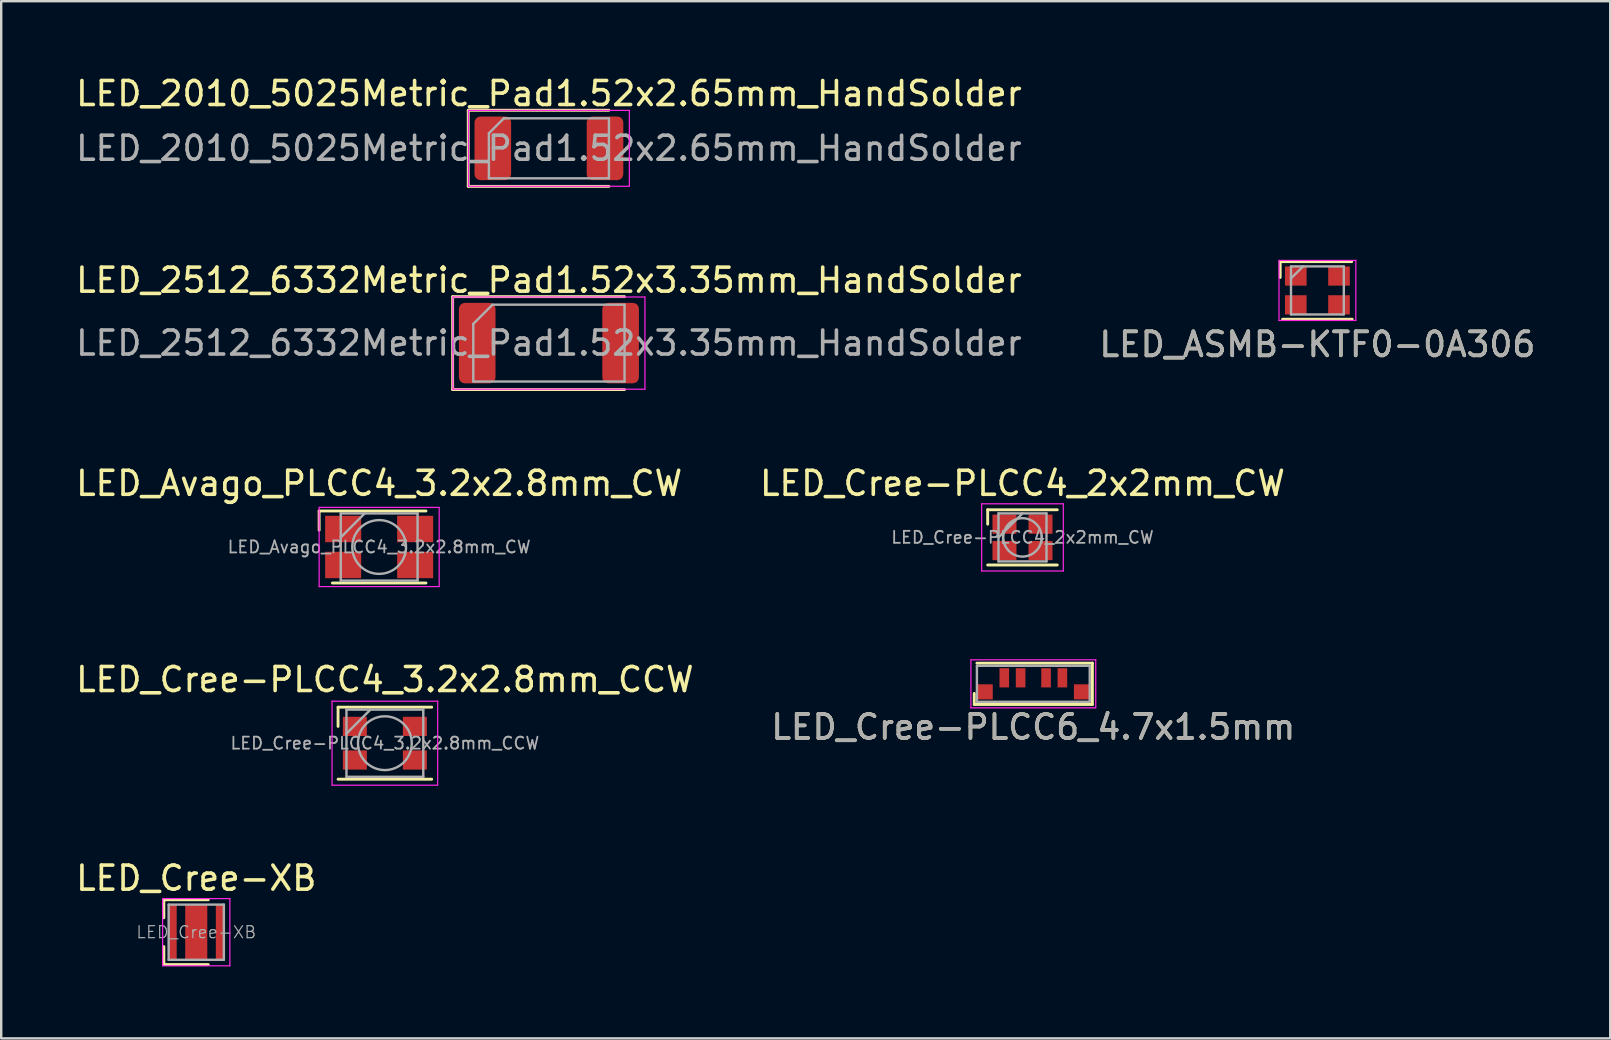
<source format=kicad_pcb>
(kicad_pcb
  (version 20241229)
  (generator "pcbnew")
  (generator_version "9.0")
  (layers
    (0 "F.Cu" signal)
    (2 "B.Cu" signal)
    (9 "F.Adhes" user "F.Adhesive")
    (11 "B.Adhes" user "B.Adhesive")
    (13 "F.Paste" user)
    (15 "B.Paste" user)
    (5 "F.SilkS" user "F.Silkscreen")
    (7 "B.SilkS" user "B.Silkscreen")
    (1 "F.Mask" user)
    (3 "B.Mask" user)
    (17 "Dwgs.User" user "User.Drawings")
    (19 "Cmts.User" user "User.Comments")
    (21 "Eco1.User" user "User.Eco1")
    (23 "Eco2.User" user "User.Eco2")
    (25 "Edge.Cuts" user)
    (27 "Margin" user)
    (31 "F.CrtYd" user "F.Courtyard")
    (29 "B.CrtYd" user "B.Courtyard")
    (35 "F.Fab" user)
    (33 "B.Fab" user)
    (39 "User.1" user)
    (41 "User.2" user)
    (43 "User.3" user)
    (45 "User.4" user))
  (footprint "LED_Avago_PLCC4_3.2x2.8mm_CW"
    (layer "F.Cu")
    (at 12.744 19.735)
    (property "Reference" "LED_Avago_PLCC4_3.2x2.8mm_CW" (at 0 -2.65 0) (layer "F.SilkS") (effects (font (size 1 1) (thickness 0.15))))
    (attr smd)
    (fp_line (start -2.5 -1.5) (end 1.95 -1.5) (stroke (width 0.12) (type solid)) (layer "F.SilkS"))
    (fp_line (start -2.5 -0.7) (end -2.5 -1.5) (stroke (width 0.12) (type solid)) (layer "F.SilkS"))
    (fp_line (start -1.95 1.5) (end 1.95 1.5) (stroke (width 0.12) (type solid)) (layer "F.SilkS"))
    (fp_line (start -2.5 -1.65) (end -2.5 1.65) (stroke (width 0.05) (type solid)) (layer "F.CrtYd"))
    (fp_line (start -2.5 -1.65) (end 2.5 -1.65) (stroke (width 0.05) (type solid)) (layer "F.CrtYd"))
    (fp_line (start 2.5 1.65) (end -2.5 1.65) (stroke (width 0.05) (type solid)) (layer "F.CrtYd"))
    (fp_line (start 2.5 1.65) (end 2.5 -1.65) (stroke (width 0.05) (type solid)) (layer "F.CrtYd"))
    (fp_line (start -1.6 -1.4) (end -1.6 1.4) (stroke (width 0.1) (type solid)) (layer "F.Fab"))
    (fp_line (start -1.6 1.4) (end 1.6 1.4) (stroke (width 0.1) (type solid)) (layer "F.Fab"))
    (fp_line (start -0.6 -1.4) (end -1.6 -0.4) (stroke (width 0.1) (type solid)) (layer "F.Fab"))
    (fp_line (start 1.6 -1.4) (end -1.6 -1.4) (stroke (width 0.1) (type solid)) (layer "F.Fab"))
    (fp_line (start 1.6 1.4) (end 1.6 -1.4) (stroke (width 0.1) (type solid)) (layer "F.Fab"))
    (fp_circle (center 0 0) (end 1.12 0) (stroke (width 0.1) (type solid)) (fill no) (layer "F.Fab"))
    (fp_text user "${REFERENCE}" (at 0 0 0) (layer "F.Fab") (effects (font (size 0.5 0.5) (thickness 0.075))))
    (pad "1" smd rect (at -1.5 -0.75) (size 1.5 1.1) (layers "F.Cu" "F.Mask" "F.Paste"))
    (pad "2" smd rect (at 1.5 -0.75) (size 1.5 1.1) (layers "F.Cu" "F.Mask" "F.Paste"))
    (pad "3" smd rect (at 1.5 0.75) (size 1.5 1.1) (layers "F.Cu" "F.Mask" "F.Paste"))
    (pad "4" smd rect (at -1.5 0.75) (size 1.5 1.1) (layers "F.Cu" "F.Mask" "F.Paste")))
  (footprint "LED_Cree-PLCC6_4.7x1.5mm"
    (layer "F.Cu")
    (at 39.994 25.435)
    (property "Reference" "LED_Cree-PLCC6_4.7x1.5mm" (at 0 1.8 0) (layer "F.SilkS") (effects (font (size 1 1) (thickness 0.15))))
    (attr smd)
    (fp_line (start -2.46 0.4) (end -2.46 0.86) (stroke (width 0.12) (type solid)) (layer "F.SilkS"))
    (fp_line (start -2.46 0.86) (end 2.46 0.86) (stroke (width 0.12) (type solid)) (layer "F.SilkS"))
    (fp_line (start -2.35 -0.86) (end 2.46 -0.86) (stroke (width 0.12) (type solid)) (layer "F.SilkS"))
    (fp_line (start 2.46 -0.86) (end 2.46 0.86) (stroke (width 0.12) (type solid)) (layer "F.SilkS"))
    (fp_line (start -2.6 -1) (end -2.6 1) (stroke (width 0.05) (type solid)) (layer "F.CrtYd"))
    (fp_line (start -2.6 -1) (end 2.6 -1) (stroke (width 0.05) (type solid)) (layer "F.CrtYd"))
    (fp_line (start 2.6 -1) (end 2.6 1) (stroke (width 0.05) (type solid)) (layer "F.CrtYd"))
    (fp_line (start 2.6 1) (end -2.6 1) (stroke (width 0.05) (type solid)) (layer "F.CrtYd"))
    (fp_line (start -2.35 -0.75) (end -2.35 0.75) (stroke (width 0.1) (type solid)) (layer "F.Fab"))
    (fp_line (start -2.35 -0.75) (end 2.35 -0.75) (stroke (width 0.1) (type solid)) (layer "F.Fab"))
    (fp_line (start -2.35 0.75) (end 2.35 0.75) (stroke (width 0.1) (type solid)) (layer "F.Fab"))
    (fp_line (start 2.35 -0.75) (end 2.35 0.75) (stroke (width 0.1) (type solid)) (layer "F.Fab"))
    (fp_text user "${REFERENCE}" (at 0 1.8 0) (layer "F.Fab") (effects (font (size 1 1) (thickness 0.15))))
    (pad "1" smd rect (at -2.02 0.335) (size 0.66 0.63) (layers "F.Cu" "F.Mask" "F.Paste"))
    (pad "2" smd rect (at -1.21 -0.25) (size 0.4 0.8) (layers "F.Cu" "F.Mask" "F.Paste"))
    (pad "3" smd rect (at -0.53 -0.25) (size 0.4 0.8) (layers "F.Cu" "F.Mask" "F.Paste"))
    (pad "4" smd rect (at 0.53 -0.25) (size 0.4 0.8) (layers "F.Cu" "F.Mask" "F.Paste"))
    (pad "5" smd rect (at 1.21 -0.25) (size 0.4 0.8) (layers "F.Cu" "F.Mask" "F.Paste"))
    (pad "6" smd rect (at 2.02 0.335) (size 0.66 0.63) (layers "F.Cu" "F.Mask" "F.Paste")))
  (footprint "LED_ASMB-KTF0-0A306"
    (layer "F.Cu")
    (at 51.827 9.048)
    (property "Reference" "LED_ASMB-KTF0-0A306" (at 0 2.25 0) (layer "F.SilkS") (effects (font (size 1 1) (thickness 0.15))))
    (attr smd)
    (fp_line (start -1.55 -1.2) (end -1.55 -0.54) (stroke (width 0.12) (type solid)) (layer "F.SilkS"))
    (fp_line (start -1.55 -1.2) (end 1.43 -1.2) (stroke (width 0.12) (type solid)) (layer "F.SilkS"))
    (fp_line (start -1.45 1.2) (end 1.45 1.2) (stroke (width 0.12) (type solid)) (layer "F.SilkS"))
    (fp_line (start -1.6 -1.25) (end -1.6 1.25) (stroke (width 0.05) (type solid)) (layer "F.CrtYd"))
    (fp_line (start -1.6 -1.25) (end 1.6 -1.25) (stroke (width 0.05) (type solid)) (layer "F.CrtYd"))
    (fp_line (start 1.6 1.25) (end -1.6 1.25) (stroke (width 0.05) (type solid)) (layer "F.CrtYd"))
    (fp_line (start 1.6 1.25) (end 1.6 -1.25) (stroke (width 0.05) (type solid)) (layer "F.CrtYd"))
    (fp_line (start -1.1 -1) (end -1.1 1) (stroke (width 0.1) (type solid)) (layer "F.Fab"))
    (fp_line (start -1.1 -0.5) (end -0.6 -1) (stroke (width 0.1) (type solid)) (layer "F.Fab"))
    (fp_line (start -1.1 1) (end 1.1 1) (stroke (width 0.1) (type solid)) (layer "F.Fab"))
    (fp_line (start 1.1 -1) (end -1.1 -1) (stroke (width 0.1) (type solid)) (layer "F.Fab"))
    (fp_line (start 1.1 1) (end 1.1 -1) (stroke (width 0.1) (type solid)) (layer "F.Fab"))
    (fp_text user "${REFERENCE}" (at 0 2.25 0) (layer "F.Fab") (effects (font (size 1 1) (thickness 0.15))))
    (pad "1" smd rect (at -0.9 -0.6) (size 0.9 0.8) (layers "F.Cu" "F.Mask" "F.Paste"))
    (pad "2" smd rect (at -0.9 0.6) (size 0.9 0.8) (layers "F.Cu" "F.Mask" "F.Paste"))
    (pad "3" smd rect (at 0.9 0.6) (size 0.9 0.8) (layers "F.Cu" "F.Mask" "F.Paste"))
    (pad "4" smd rect (at 0.9 -0.6) (size 0.9 0.8) (layers "F.Cu" "F.Mask" "F.Paste")))
  (footprint "LED_2010_5025Metric_Pad1.52x2.65mm_HandSolder"
    (layer "F.Cu")
    (at 19.815 3.128)
    (property "Reference" "LED_2010_5025Metric_Pad1.52x2.65mm_HandSolder" (at 0 -2.28 0) (layer "F.SilkS") (effects (font (size 1 1) (thickness 0.15))))
    (attr smd)
    (fp_line (start -3.36 -1.585) (end -3.36 1.585) (stroke (width 0.12) (type solid)) (layer "F.SilkS"))
    (fp_line (start -3.36 1.585) (end 2.5 1.585) (stroke (width 0.12) (type solid)) (layer "F.SilkS"))
    (fp_line (start 2.5 -1.585) (end -3.36 -1.585) (stroke (width 0.12) (type solid)) (layer "F.SilkS"))
    (fp_line (start -3.35 -1.58) (end 3.35 -1.58) (stroke (width 0.05) (type solid)) (layer "F.CrtYd"))
    (fp_line (start -3.35 1.58) (end -3.35 -1.58) (stroke (width 0.05) (type solid)) (layer "F.CrtYd"))
    (fp_line (start 3.35 -1.58) (end 3.35 1.58) (stroke (width 0.05) (type solid)) (layer "F.CrtYd"))
    (fp_line (start 3.35 1.58) (end -3.35 1.58) (stroke (width 0.05) (type solid)) (layer "F.CrtYd"))
    (fp_line (start -2.5 -0.625) (end -2.5 1.25) (stroke (width 0.1) (type solid)) (layer "F.Fab"))
    (fp_line (start -2.5 1.25) (end 2.5 1.25) (stroke (width 0.1) (type solid)) (layer "F.Fab"))
    (fp_line (start -1.875 -1.25) (end -2.5 -0.625) (stroke (width 0.1) (type solid)) (layer "F.Fab"))
    (fp_line (start 2.5 -1.25) (end -1.875 -1.25) (stroke (width 0.1) (type solid)) (layer "F.Fab"))
    (fp_line (start 2.5 1.25) (end 2.5 -1.25) (stroke (width 0.1) (type solid)) (layer "F.Fab"))
    (fp_text user "${REFERENCE}" (at 0 0 0) (layer "F.Fab") (effects (font (size 1 1) (thickness 0.15))))
    (pad "1" smd roundrect (at -2.337 0) (size 1.525 2.65) (layers "F.Cu" "F.Mask" "F.Paste") (roundrect_rratio 0.164))
    (pad "2" smd roundrect (at 2.337 0) (size 1.525 2.65) (layers "F.Cu" "F.Mask" "F.Paste") (roundrect_rratio 0.164)))
  (footprint "LED_Cree-XB"
    (layer "F.Cu")
    (at 5.125 35.781)
    (property "Reference" "LED_Cree-XB" (at 0 -2.25 0) (layer "F.SilkS") (effects (font (size 1 1) (thickness 0.15))))
    (attr smd)
    (fp_line (start -1.35 -1.35) (end -1.35 -0.6) (stroke (width 0.12) (type solid)) (layer "F.SilkS"))
    (fp_line (start -1.35 1.35) (end -1.35 0.6) (stroke (width 0.12) (type solid)) (layer "F.SilkS"))
    (fp_line (start 0.5 -1.35) (end -1.35 -1.35) (stroke (width 0.12) (type solid)) (layer "F.SilkS"))
    (fp_line (start 0.5 1.35) (end -1.35 1.35) (stroke (width 0.12) (type solid)) (layer "F.SilkS"))
    (fp_line (start -1.4 -1.4) (end 1.4 -1.4) (stroke (width 0.05) (type solid)) (layer "F.CrtYd"))
    (fp_line (start -1.4 1.4) (end -1.4 -1.4) (stroke (width 0.05) (type solid)) (layer "F.CrtYd"))
    (fp_line (start 1.4 -1.4) (end 1.4 1.4) (stroke (width 0.05) (type solid)) (layer "F.CrtYd"))
    (fp_line (start 1.4 1.4) (end -1.4 1.4) (stroke (width 0.05) (type solid)) (layer "F.CrtYd"))
    (fp_line (start -1.15 -1.15) (end 1.15 -1.15) (stroke (width 0.1) (type solid)) (layer "F.Fab"))
    (fp_line (start -1.15 1.15) (end -1.15 -1.15) (stroke (width 0.1) (type solid)) (layer "F.Fab"))
    (fp_line (start 1.15 -1.15) (end 1.15 1.15) (stroke (width 0.1) (type solid)) (layer "F.Fab"))
    (fp_line (start 1.15 1.15) (end -1.15 1.15) (stroke (width 0.1) (type solid)) (layer "F.Fab"))
    (fp_text user "${REFERENCE}" (at 0 0 0) (layer "F.Fab") (effects (font (size 0.5 0.5) (thickness 0.05))))
    (pad "" smd rect (at 0 -0.55) (size 0.85 0.85) (layers "F.Paste"))
    (pad "" smd rect (at 0 0.55) (size 0.85 0.85) (layers "F.Paste"))
    (pad "1" smd rect (at -0.98 0) (size 0.33 2.29) (layers "F.Cu" "F.Mask" "F.Paste"))
    (pad "2" smd rect (at 0.98 0) (size 0.33 2.29) (layers "F.Cu" "F.Mask" "F.Paste"))
    (pad "3" smd rect (at 0 0) (size 0.92 2.29) (layers "F.Cu" "F.Mask")))
  (footprint "LED_Cree-PLCC4_3.2x2.8mm_CCW"
    (layer "F.Cu")
    (at 12.982 27.908)
    (property "Reference" "LED_Cree-PLCC4_3.2x2.8mm_CCW" (at 0 -2.65 0) (layer "F.SilkS") (effects (font (size 1 1) (thickness 0.15))))
    (attr smd)
    (fp_line (start -1.95 -1.5) (end 1.95 -1.5) (stroke (width 0.12) (type solid)) (layer "F.SilkS"))
    (fp_line (start -1.95 -0.7) (end -1.95 -1.5) (stroke (width 0.12) (type solid)) (layer "F.SilkS"))
    (fp_line (start -1.95 1.5) (end 1.95 1.5) (stroke (width 0.12) (type solid)) (layer "F.SilkS"))
    (fp_line (start -2.2 -1.75) (end -2.2 1.75) (stroke (width 0.05) (type solid)) (layer "F.CrtYd"))
    (fp_line (start -2.2 1.75) (end 2.2 1.75) (stroke (width 0.05) (type solid)) (layer "F.CrtYd"))
    (fp_line (start 2.2 -1.75) (end -2.2 -1.75) (stroke (width 0.05) (type solid)) (layer "F.CrtYd"))
    (fp_line (start 2.2 1.75) (end 2.2 -1.75) (stroke (width 0.05) (type solid)) (layer "F.CrtYd"))
    (fp_line (start -1.6 -1.4) (end -1.6 1.4) (stroke (width 0.1) (type solid)) (layer "F.Fab"))
    (fp_line (start -1.6 1.4) (end 1.6 1.4) (stroke (width 0.1) (type solid)) (layer "F.Fab"))
    (fp_line (start -0.6 -1.4) (end -1.6 -0.4) (stroke (width 0.1) (type solid)) (layer "F.Fab"))
    (fp_line (start 1.6 -1.4) (end -1.6 -1.4) (stroke (width 0.1) (type solid)) (layer "F.Fab"))
    (fp_line (start 1.6 1.4) (end 1.6 -1.4) (stroke (width 0.1) (type solid)) (layer "F.Fab"))
    (fp_circle (center 0 0) (end 1.12 0) (stroke (width 0.1) (type solid)) (fill no) (layer "F.Fab"))
    (fp_text user "${REFERENCE}" (at 0 0 0) (layer "F.Fab") (effects (font (size 0.5 0.5) (thickness 0.075))))
    (pad "1" smd rect (at -1.25 -0.7) (size 1 0.8) (layers "F.Cu" "F.Mask" "F.Paste"))
    (pad "2" smd rect (at -1.25 0.7) (size 1 0.8) (layers "F.Cu" "F.Mask" "F.Paste"))
    (pad "3" smd rect (at 1.25 0.7) (size 1 0.8) (layers "F.Cu" "F.Mask" "F.Paste"))
    (pad "4" smd rect (at 1.25 -0.7) (size 1 0.8) (layers "F.Cu" "F.Mask" "F.Paste")))
  (footprint "LED_Cree-PLCC4_2x2mm_CW"
    (layer "F.Cu")
    (at 39.542 19.335)
    (property "Reference" "LED_Cree-PLCC4_2x2mm_CW" (at 0 -2.25 0) (layer "F.SilkS") (effects (font (size 1 1) (thickness 0.15))))
    (attr smd)
    (fp_line (start -1.45 -1.15) (end 1.45 -1.15) (stroke (width 0.12) (type solid)) (layer "F.SilkS"))
    (fp_line (start -1.45 -0.55) (end -1.45 -1.15) (stroke (width 0.12) (type solid)) (layer "F.SilkS"))
    (fp_line (start -1.45 1.15) (end 1.45 1.15) (stroke (width 0.12) (type solid)) (layer "F.SilkS"))
    (fp_line (start -1.7 -1.4) (end -1.7 1.4) (stroke (width 0.05) (type solid)) (layer "F.CrtYd"))
    (fp_line (start -1.7 1.4) (end 1.7 1.4) (stroke (width 0.05) (type solid)) (layer "F.CrtYd"))
    (fp_line (start 1.7 -1.4) (end -1.7 -1.4) (stroke (width 0.05) (type solid)) (layer "F.CrtYd"))
    (fp_line (start 1.7 1.4) (end 1.7 -1.4) (stroke (width 0.05) (type solid)) (layer "F.CrtYd"))
    (fp_line (start -1 -1) (end -1 1) (stroke (width 0.1) (type solid)) (layer "F.Fab"))
    (fp_line (start -1 1) (end 1 1) (stroke (width 0.1) (type solid)) (layer "F.Fab"))
    (fp_line (start 0 -1) (end -1 0) (stroke (width 0.1) (type solid)) (layer "F.Fab"))
    (fp_line (start 1 -1) (end -1 -1) (stroke (width 0.1) (type solid)) (layer "F.Fab"))
    (fp_line (start 1 1) (end 1 -1) (stroke (width 0.1) (type solid)) (layer "F.Fab"))
    (fp_circle (center 0 0) (end 0.8 0) (stroke (width 0.1) (type solid)) (fill no) (layer "F.Fab"))
    (fp_text user "${REFERENCE}" (at 0 0 0) (layer "F.Fab") (effects (font (size 0.5 0.5) (thickness 0.075))))
    (pad "1" smd rect (at -0.75 -0.55) (size 1 0.8) (layers "F.Cu" "F.Mask" "F.Paste"))
    (pad "2" smd rect (at 0.75 -0.55) (size 1 0.8) (layers "F.Cu" "F.Mask" "F.Paste"))
    (pad "3" smd rect (at 0.75 0.55) (size 1 0.8) (layers "F.Cu" "F.Mask" "F.Paste"))
    (pad "4" smd rect (at -0.75 0.55) (size 1 0.8) (layers "F.Cu" "F.Mask" "F.Paste")))
  (footprint "LED_2512_6332Metric_Pad1.52x3.35mm_HandSolder"
    (layer "F.Cu")
    (at 19.815 11.242)
    (property "Reference" "LED_2512_6332Metric_Pad1.52x3.35mm_HandSolder" (at 0 -2.62 0) (layer "F.SilkS") (effects (font (size 1 1) (thickness 0.15))))
    (attr smd)
    (fp_line (start -4.01 -1.935) (end -4.01 1.935) (stroke (width 0.12) (type solid)) (layer "F.SilkS"))
    (fp_line (start -4.01 1.935) (end 3.15 1.935) (stroke (width 0.12) (type solid)) (layer "F.SilkS"))
    (fp_line (start 3.15 -1.935) (end -4.01 -1.935) (stroke (width 0.12) (type solid)) (layer "F.SilkS"))
    (fp_line (start -4 -1.92) (end 4 -1.92) (stroke (width 0.05) (type solid)) (layer "F.CrtYd"))
    (fp_line (start -4 1.92) (end -4 -1.92) (stroke (width 0.05) (type solid)) (layer "F.CrtYd"))
    (fp_line (start 4 -1.92) (end 4 1.92) (stroke (width 0.05) (type solid)) (layer "F.CrtYd"))
    (fp_line (start 4 1.92) (end -4 1.92) (stroke (width 0.05) (type solid)) (layer "F.CrtYd"))
    (fp_line (start -3.15 -0.8) (end -3.15 1.6) (stroke (width 0.1) (type solid)) (layer "F.Fab"))
    (fp_line (start -3.15 1.6) (end 3.15 1.6) (stroke (width 0.1) (type solid)) (layer "F.Fab"))
    (fp_line (start -2.35 -1.6) (end -3.15 -0.8) (stroke (width 0.1) (type solid)) (layer "F.Fab"))
    (fp_line (start 3.15 -1.6) (end -2.35 -1.6) (stroke (width 0.1) (type solid)) (layer "F.Fab"))
    (fp_line (start 3.15 1.6) (end 3.15 -1.6) (stroke (width 0.1) (type solid)) (layer "F.Fab"))
    (fp_text user "${REFERENCE}" (at 0 0 0) (layer "F.Fab") (effects (font (size 1 1) (thickness 0.15))))
    (pad "1" smd roundrect (at -2.987 0) (size 1.525 3.35) (layers "F.Cu" "F.Mask" "F.Paste") (roundrect_rratio 0.164))
    (pad "2" smd roundrect (at 2.987 0) (size 1.525 3.35) (layers "F.Cu" "F.Mask" "F.Paste") (roundrect_rratio 0.164)))
  (gr_rect
    (start -3 -3)
    (end 64.024 40.206)
    (stroke (width 0.1) (type default))
    (fill no)
    (layer "Edge.Cuts")))
</source>
